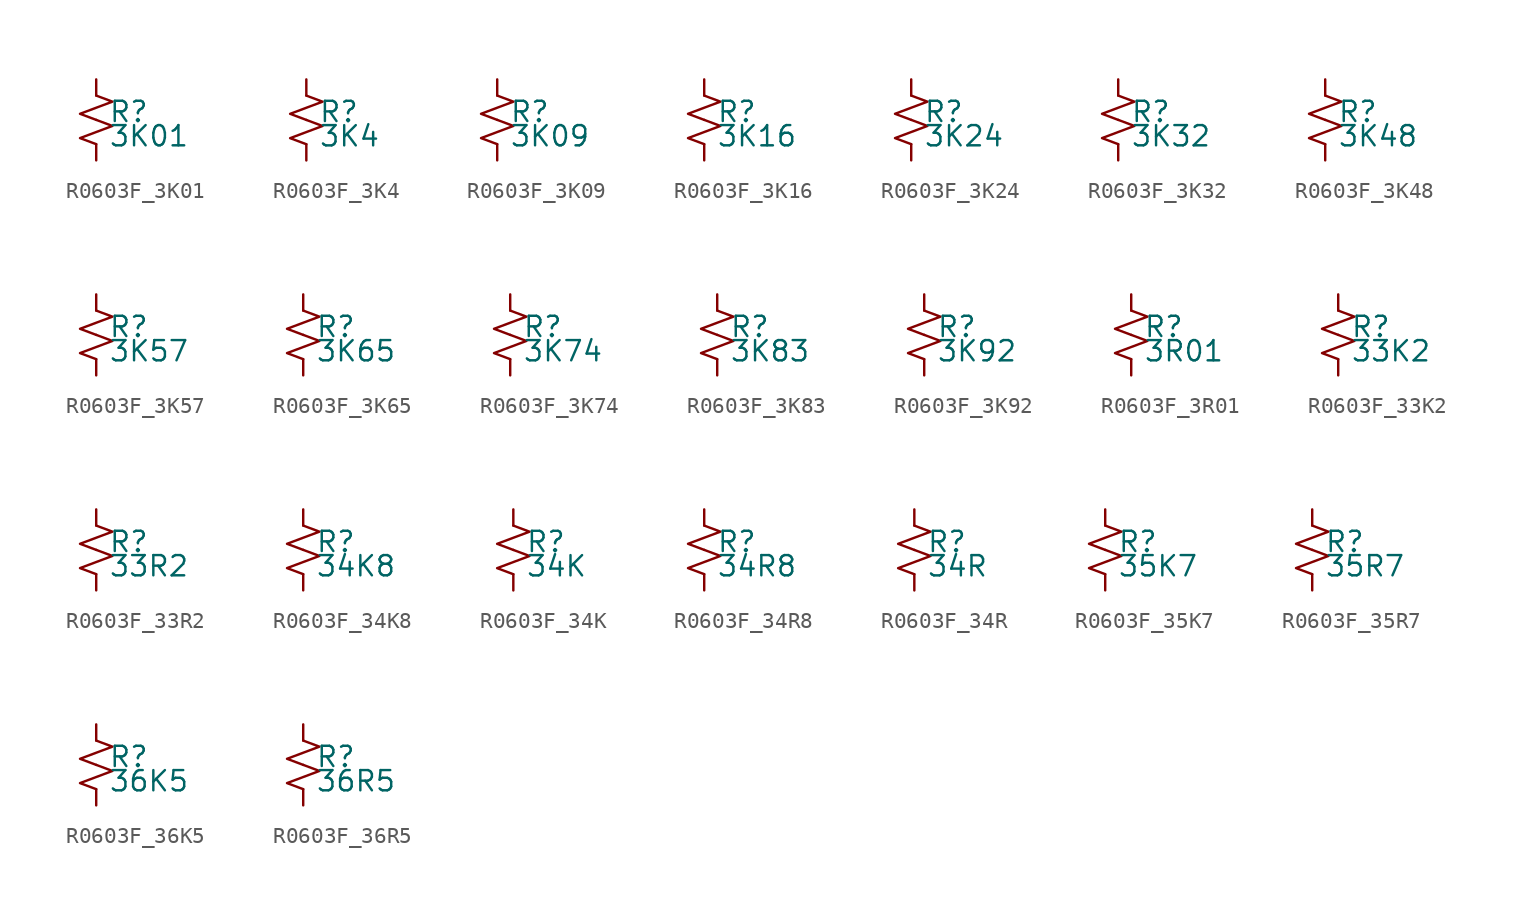
<source format=kicad_sym>
(kicad_symbol_lib
  (version 20220914)
  (generator kicad_symbol_editor)
  (symbol "R0603F_3K01"
    (pin_numbers hide)
    (pin_names
      (offset 0.254) hide)
    (property "Reference" "R"
      (at 0.762 0.508 0)
      (effects (font (size 1.27 1.27)) (justify left)))
    (property "Value" "3K01"
      (at 0.762 -1.016 0)
      (effects (font (size 1.27 1.27)) (justify left)))
    (symbol "R0603F_3K01_1_1"
      (polyline (pts (xy 0 0) (xy 1.016 -0.381) (xy 0 -0.762) (xy -1.016 -1.143) (xy 0 -1.524)) (stroke (width 0) (type default)) (fill (type none)))
      (polyline (pts (xy 0 1.524) (xy 1.016 1.143) (xy 0 0.762) (xy -1.016 0.381) (xy 0 0)) (stroke (width 0) (type default)) (fill (type none)))
      (pin passive line (at 0 2.54 270) (length 1.016) (name "~" (effects (font (size 1.27 1.27)))) (number "1" (effects (font (size 1.27 1.27)))))
      (pin passive line (at 0 -2.54 90) (length 1.016) (name "~" (effects (font (size 1.27 1.27)))) (number "2" (effects (font (size 1.27 1.27)))))))
  (symbol "R0603F_3K4"
    (pin_numbers hide)
    (pin_names
      (offset 0.254) hide)
    (property "Reference" "R"
      (at 0.762 0.508 0)
      (effects (font (size 1.27 1.27)) (justify left)))
    (property "Value" "3K4"
      (at 0.762 -1.016 0)
      (effects (font (size 1.27 1.27)) (justify left)))
    (symbol "R0603F_3K4_1_1"
      (polyline (pts (xy 0 0) (xy 1.016 -0.381) (xy 0 -0.762) (xy -1.016 -1.143) (xy 0 -1.524)) (stroke (width 0) (type default)) (fill (type none)))
      (polyline (pts (xy 0 1.524) (xy 1.016 1.143) (xy 0 0.762) (xy -1.016 0.381) (xy 0 0)) (stroke (width 0) (type default)) (fill (type none)))
      (pin passive line (at 0 2.54 270) (length 1.016) (name "~" (effects (font (size 1.27 1.27)))) (number "1" (effects (font (size 1.27 1.27)))))
      (pin passive line (at 0 -2.54 90) (length 1.016) (name "~" (effects (font (size 1.27 1.27)))) (number "2" (effects (font (size 1.27 1.27)))))))
  (symbol "R0603F_3K09"
    (pin_numbers hide)
    (pin_names
      (offset 0.254) hide)
    (property "Reference" "R"
      (at 0.762 0.508 0)
      (effects (font (size 1.27 1.27)) (justify left)))
    (property "Value" "3K09"
      (at 0.762 -1.016 0)
      (effects (font (size 1.27 1.27)) (justify left)))
    (symbol "R0603F_3K09_1_1"
      (polyline (pts (xy 0 0) (xy 1.016 -0.381) (xy 0 -0.762) (xy -1.016 -1.143) (xy 0 -1.524)) (stroke (width 0) (type default)) (fill (type none)))
      (polyline (pts (xy 0 1.524) (xy 1.016 1.143) (xy 0 0.762) (xy -1.016 0.381) (xy 0 0)) (stroke (width 0) (type default)) (fill (type none)))
      (pin passive line (at 0 2.54 270) (length 1.016) (name "~" (effects (font (size 1.27 1.27)))) (number "1" (effects (font (size 1.27 1.27)))))
      (pin passive line (at 0 -2.54 90) (length 1.016) (name "~" (effects (font (size 1.27 1.27)))) (number "2" (effects (font (size 1.27 1.27)))))))
  (symbol "R0603F_3K16"
    (pin_numbers hide)
    (pin_names
      (offset 0.254) hide)
    (property "Reference" "R"
      (at 0.762 0.508 0)
      (effects (font (size 1.27 1.27)) (justify left)))
    (property "Value" "3K16"
      (at 0.762 -1.016 0)
      (effects (font (size 1.27 1.27)) (justify left)))
    (symbol "R0603F_3K16_1_1"
      (polyline (pts (xy 0 0) (xy 1.016 -0.381) (xy 0 -0.762) (xy -1.016 -1.143) (xy 0 -1.524)) (stroke (width 0) (type default)) (fill (type none)))
      (polyline (pts (xy 0 1.524) (xy 1.016 1.143) (xy 0 0.762) (xy -1.016 0.381) (xy 0 0)) (stroke (width 0) (type default)) (fill (type none)))
      (pin passive line (at 0 2.54 270) (length 1.016) (name "~" (effects (font (size 1.27 1.27)))) (number "1" (effects (font (size 1.27 1.27)))))
      (pin passive line (at 0 -2.54 90) (length 1.016) (name "~" (effects (font (size 1.27 1.27)))) (number "2" (effects (font (size 1.27 1.27)))))))
  (symbol "R0603F_3K24"
    (pin_numbers hide)
    (pin_names
      (offset 0.254) hide)
    (property "Reference" "R"
      (at 0.762 0.508 0)
      (effects (font (size 1.27 1.27)) (justify left)))
    (property "Value" "3K24"
      (at 0.762 -1.016 0)
      (effects (font (size 1.27 1.27)) (justify left)))
    (symbol "R0603F_3K24_1_1"
      (polyline (pts (xy 0 0) (xy 1.016 -0.381) (xy 0 -0.762) (xy -1.016 -1.143) (xy 0 -1.524)) (stroke (width 0) (type default)) (fill (type none)))
      (polyline (pts (xy 0 1.524) (xy 1.016 1.143) (xy 0 0.762) (xy -1.016 0.381) (xy 0 0)) (stroke (width 0) (type default)) (fill (type none)))
      (pin passive line (at 0 2.54 270) (length 1.016) (name "~" (effects (font (size 1.27 1.27)))) (number "1" (effects (font (size 1.27 1.27)))))
      (pin passive line (at 0 -2.54 90) (length 1.016) (name "~" (effects (font (size 1.27 1.27)))) (number "2" (effects (font (size 1.27 1.27)))))))
  (symbol "R0603F_3K32"
    (pin_numbers hide)
    (pin_names
      (offset 0.254) hide)
    (property "Reference" "R"
      (at 0.762 0.508 0)
      (effects (font (size 1.27 1.27)) (justify left)))
    (property "Value" "3K32"
      (at 0.762 -1.016 0)
      (effects (font (size 1.27 1.27)) (justify left)))
    (symbol "R0603F_3K32_1_1"
      (polyline (pts (xy 0 0) (xy 1.016 -0.381) (xy 0 -0.762) (xy -1.016 -1.143) (xy 0 -1.524)) (stroke (width 0) (type default)) (fill (type none)))
      (polyline (pts (xy 0 1.524) (xy 1.016 1.143) (xy 0 0.762) (xy -1.016 0.381) (xy 0 0)) (stroke (width 0) (type default)) (fill (type none)))
      (pin passive line (at 0 2.54 270) (length 1.016) (name "~" (effects (font (size 1.27 1.27)))) (number "1" (effects (font (size 1.27 1.27)))))
      (pin passive line (at 0 -2.54 90) (length 1.016) (name "~" (effects (font (size 1.27 1.27)))) (number "2" (effects (font (size 1.27 1.27)))))))
  (symbol "R0603F_3K48"
    (pin_numbers hide)
    (pin_names
      (offset 0.254) hide)
    (property "Reference" "R"
      (at 0.762 0.508 0)
      (effects (font (size 1.27 1.27)) (justify left)))
    (property "Value" "3K48"
      (at 0.762 -1.016 0)
      (effects (font (size 1.27 1.27)) (justify left)))
    (symbol "R0603F_3K48_1_1"
      (polyline (pts (xy 0 0) (xy 1.016 -0.381) (xy 0 -0.762) (xy -1.016 -1.143) (xy 0 -1.524)) (stroke (width 0) (type default)) (fill (type none)))
      (polyline (pts (xy 0 1.524) (xy 1.016 1.143) (xy 0 0.762) (xy -1.016 0.381) (xy 0 0)) (stroke (width 0) (type default)) (fill (type none)))
      (pin passive line (at 0 2.54 270) (length 1.016) (name "~" (effects (font (size 1.27 1.27)))) (number "1" (effects (font (size 1.27 1.27)))))
      (pin passive line (at 0 -2.54 90) (length 1.016) (name "~" (effects (font (size 1.27 1.27)))) (number "2" (effects (font (size 1.27 1.27)))))))
  (symbol "R0603F_3K57"
    (pin_numbers hide)
    (pin_names
      (offset 0.254) hide)
    (property "Reference" "R"
      (at 0.762 0.508 0)
      (effects (font (size 1.27 1.27)) (justify left)))
    (property "Value" "3K57"
      (at 0.762 -1.016 0)
      (effects (font (size 1.27 1.27)) (justify left)))
    (symbol "R0603F_3K57_1_1"
      (polyline (pts (xy 0 0) (xy 1.016 -0.381) (xy 0 -0.762) (xy -1.016 -1.143) (xy 0 -1.524)) (stroke (width 0) (type default)) (fill (type none)))
      (polyline (pts (xy 0 1.524) (xy 1.016 1.143) (xy 0 0.762) (xy -1.016 0.381) (xy 0 0)) (stroke (width 0) (type default)) (fill (type none)))
      (pin passive line (at 0 2.54 270) (length 1.016) (name "~" (effects (font (size 1.27 1.27)))) (number "1" (effects (font (size 1.27 1.27)))))
      (pin passive line (at 0 -2.54 90) (length 1.016) (name "~" (effects (font (size 1.27 1.27)))) (number "2" (effects (font (size 1.27 1.27)))))))
  (symbol "R0603F_3K65"
    (pin_numbers hide)
    (pin_names
      (offset 0.254) hide)
    (property "Reference" "R"
      (at 0.762 0.508 0)
      (effects (font (size 1.27 1.27)) (justify left)))
    (property "Value" "3K65"
      (at 0.762 -1.016 0)
      (effects (font (size 1.27 1.27)) (justify left)))
    (symbol "R0603F_3K65_1_1"
      (polyline (pts (xy 0 0) (xy 1.016 -0.381) (xy 0 -0.762) (xy -1.016 -1.143) (xy 0 -1.524)) (stroke (width 0) (type default)) (fill (type none)))
      (polyline (pts (xy 0 1.524) (xy 1.016 1.143) (xy 0 0.762) (xy -1.016 0.381) (xy 0 0)) (stroke (width 0) (type default)) (fill (type none)))
      (pin passive line (at 0 2.54 270) (length 1.016) (name "~" (effects (font (size 1.27 1.27)))) (number "1" (effects (font (size 1.27 1.27)))))
      (pin passive line (at 0 -2.54 90) (length 1.016) (name "~" (effects (font (size 1.27 1.27)))) (number "2" (effects (font (size 1.27 1.27)))))))
  (symbol "R0603F_3K74"
    (pin_numbers hide)
    (pin_names
      (offset 0.254) hide)
    (property "Reference" "R"
      (at 0.762 0.508 0)
      (effects (font (size 1.27 1.27)) (justify left)))
    (property "Value" "3K74"
      (at 0.762 -1.016 0)
      (effects (font (size 1.27 1.27)) (justify left)))
    (symbol "R0603F_3K74_1_1"
      (polyline (pts (xy 0 0) (xy 1.016 -0.381) (xy 0 -0.762) (xy -1.016 -1.143) (xy 0 -1.524)) (stroke (width 0) (type default)) (fill (type none)))
      (polyline (pts (xy 0 1.524) (xy 1.016 1.143) (xy 0 0.762) (xy -1.016 0.381) (xy 0 0)) (stroke (width 0) (type default)) (fill (type none)))
      (pin passive line (at 0 2.54 270) (length 1.016) (name "~" (effects (font (size 1.27 1.27)))) (number "1" (effects (font (size 1.27 1.27)))))
      (pin passive line (at 0 -2.54 90) (length 1.016) (name "~" (effects (font (size 1.27 1.27)))) (number "2" (effects (font (size 1.27 1.27)))))))
  (symbol "R0603F_3K83"
    (pin_numbers hide)
    (pin_names
      (offset 0.254) hide)
    (property "Reference" "R"
      (at 0.762 0.508 0)
      (effects (font (size 1.27 1.27)) (justify left)))
    (property "Value" "3K83"
      (at 0.762 -1.016 0)
      (effects (font (size 1.27 1.27)) (justify left)))
    (symbol "R0603F_3K83_1_1"
      (polyline (pts (xy 0 0) (xy 1.016 -0.381) (xy 0 -0.762) (xy -1.016 -1.143) (xy 0 -1.524)) (stroke (width 0) (type default)) (fill (type none)))
      (polyline (pts (xy 0 1.524) (xy 1.016 1.143) (xy 0 0.762) (xy -1.016 0.381) (xy 0 0)) (stroke (width 0) (type default)) (fill (type none)))
      (pin passive line (at 0 2.54 270) (length 1.016) (name "~" (effects (font (size 1.27 1.27)))) (number "1" (effects (font (size 1.27 1.27)))))
      (pin passive line (at 0 -2.54 90) (length 1.016) (name "~" (effects (font (size 1.27 1.27)))) (number "2" (effects (font (size 1.27 1.27)))))))
  (symbol "R0603F_3K92"
    (pin_numbers hide)
    (pin_names
      (offset 0.254) hide)
    (property "Reference" "R"
      (at 0.762 0.508 0)
      (effects (font (size 1.27 1.27)) (justify left)))
    (property "Value" "3K92"
      (at 0.762 -1.016 0)
      (effects (font (size 1.27 1.27)) (justify left)))
    (symbol "R0603F_3K92_1_1"
      (polyline (pts (xy 0 0) (xy 1.016 -0.381) (xy 0 -0.762) (xy -1.016 -1.143) (xy 0 -1.524)) (stroke (width 0) (type default)) (fill (type none)))
      (polyline (pts (xy 0 1.524) (xy 1.016 1.143) (xy 0 0.762) (xy -1.016 0.381) (xy 0 0)) (stroke (width 0) (type default)) (fill (type none)))
      (pin passive line (at 0 2.54 270) (length 1.016) (name "~" (effects (font (size 1.27 1.27)))) (number "1" (effects (font (size 1.27 1.27)))))
      (pin passive line (at 0 -2.54 90) (length 1.016) (name "~" (effects (font (size 1.27 1.27)))) (number "2" (effects (font (size 1.27 1.27)))))))
  (symbol "R0603F_3R01"
    (pin_numbers hide)
    (pin_names
      (offset 0.254) hide)
    (property "Reference" "R"
      (at 0.762 0.508 0)
      (effects (font (size 1.27 1.27)) (justify left)))
    (property "Value" "3R01"
      (at 0.762 -1.016 0)
      (effects (font (size 1.27 1.27)) (justify left)))
    (symbol "R0603F_3R01_1_1"
      (polyline (pts (xy 0 0) (xy 1.016 -0.381) (xy 0 -0.762) (xy -1.016 -1.143) (xy 0 -1.524)) (stroke (width 0) (type default)) (fill (type none)))
      (polyline (pts (xy 0 1.524) (xy 1.016 1.143) (xy 0 0.762) (xy -1.016 0.381) (xy 0 0)) (stroke (width 0) (type default)) (fill (type none)))
      (pin passive line (at 0 2.54 270) (length 1.016) (name "~" (effects (font (size 1.27 1.27)))) (number "1" (effects (font (size 1.27 1.27)))))
      (pin passive line (at 0 -2.54 90) (length 1.016) (name "~" (effects (font (size 1.27 1.27)))) (number "2" (effects (font (size 1.27 1.27)))))))
  (symbol "R0603F_33K2"
    (pin_numbers hide)
    (pin_names
      (offset 0.254) hide)
    (property "Reference" "R"
      (at 0.762 0.508 0)
      (effects (font (size 1.27 1.27)) (justify left)))
    (property "Value" "33K2"
      (at 0.762 -1.016 0)
      (effects (font (size 1.27 1.27)) (justify left)))
    (symbol "R0603F_33K2_1_1"
      (polyline (pts (xy 0 0) (xy 1.016 -0.381) (xy 0 -0.762) (xy -1.016 -1.143) (xy 0 -1.524)) (stroke (width 0) (type default)) (fill (type none)))
      (polyline (pts (xy 0 1.524) (xy 1.016 1.143) (xy 0 0.762) (xy -1.016 0.381) (xy 0 0)) (stroke (width 0) (type default)) (fill (type none)))
      (pin passive line (at 0 2.54 270) (length 1.016) (name "~" (effects (font (size 1.27 1.27)))) (number "1" (effects (font (size 1.27 1.27)))))
      (pin passive line (at 0 -2.54 90) (length 1.016) (name "~" (effects (font (size 1.27 1.27)))) (number "2" (effects (font (size 1.27 1.27)))))))
  (symbol "R0603F_33R2"
    (pin_numbers hide)
    (pin_names
      (offset 0.254) hide)
    (property "Reference" "R"
      (at 0.762 0.508 0)
      (effects (font (size 1.27 1.27)) (justify left)))
    (property "Value" "33R2"
      (at 0.762 -1.016 0)
      (effects (font (size 1.27 1.27)) (justify left)))
    (symbol "R0603F_33R2_1_1"
      (polyline (pts (xy 0 0) (xy 1.016 -0.381) (xy 0 -0.762) (xy -1.016 -1.143) (xy 0 -1.524)) (stroke (width 0) (type default)) (fill (type none)))
      (polyline (pts (xy 0 1.524) (xy 1.016 1.143) (xy 0 0.762) (xy -1.016 0.381) (xy 0 0)) (stroke (width 0) (type default)) (fill (type none)))
      (pin passive line (at 0 2.54 270) (length 1.016) (name "~" (effects (font (size 1.27 1.27)))) (number "1" (effects (font (size 1.27 1.27)))))
      (pin passive line (at 0 -2.54 90) (length 1.016) (name "~" (effects (font (size 1.27 1.27)))) (number "2" (effects (font (size 1.27 1.27)))))))
  (symbol "R0603F_34K8"
    (pin_numbers hide)
    (pin_names
      (offset 0.254) hide)
    (property "Reference" "R"
      (at 0.762 0.508 0)
      (effects (font (size 1.27 1.27)) (justify left)))
    (property "Value" "34K8"
      (at 0.762 -1.016 0)
      (effects (font (size 1.27 1.27)) (justify left)))
    (symbol "R0603F_34K8_1_1"
      (polyline (pts (xy 0 0) (xy 1.016 -0.381) (xy 0 -0.762) (xy -1.016 -1.143) (xy 0 -1.524)) (stroke (width 0) (type default)) (fill (type none)))
      (polyline (pts (xy 0 1.524) (xy 1.016 1.143) (xy 0 0.762) (xy -1.016 0.381) (xy 0 0)) (stroke (width 0) (type default)) (fill (type none)))
      (pin passive line (at 0 2.54 270) (length 1.016) (name "~" (effects (font (size 1.27 1.27)))) (number "1" (effects (font (size 1.27 1.27)))))
      (pin passive line (at 0 -2.54 90) (length 1.016) (name "~" (effects (font (size 1.27 1.27)))) (number "2" (effects (font (size 1.27 1.27)))))))
  (symbol "R0603F_34K"
    (pin_numbers hide)
    (pin_names
      (offset 0.254) hide)
    (property "Reference" "R"
      (at 0.762 0.508 0)
      (effects (font (size 1.27 1.27)) (justify left)))
    (property "Value" "34K"
      (at 0.762 -1.016 0)
      (effects (font (size 1.27 1.27)) (justify left)))
    (symbol "R0603F_34K_1_1"
      (polyline (pts (xy 0 0) (xy 1.016 -0.381) (xy 0 -0.762) (xy -1.016 -1.143) (xy 0 -1.524)) (stroke (width 0) (type default)) (fill (type none)))
      (polyline (pts (xy 0 1.524) (xy 1.016 1.143) (xy 0 0.762) (xy -1.016 0.381) (xy 0 0)) (stroke (width 0) (type default)) (fill (type none)))
      (pin passive line (at 0 2.54 270) (length 1.016) (name "~" (effects (font (size 1.27 1.27)))) (number "1" (effects (font (size 1.27 1.27)))))
      (pin passive line (at 0 -2.54 90) (length 1.016) (name "~" (effects (font (size 1.27 1.27)))) (number "2" (effects (font (size 1.27 1.27)))))))
  (symbol "R0603F_34R8"
    (pin_numbers hide)
    (pin_names
      (offset 0.254) hide)
    (property "Reference" "R"
      (at 0.762 0.508 0)
      (effects (font (size 1.27 1.27)) (justify left)))
    (property "Value" "34R8"
      (at 0.762 -1.016 0)
      (effects (font (size 1.27 1.27)) (justify left)))
    (symbol "R0603F_34R8_1_1"
      (polyline (pts (xy 0 0) (xy 1.016 -0.381) (xy 0 -0.762) (xy -1.016 -1.143) (xy 0 -1.524)) (stroke (width 0) (type default)) (fill (type none)))
      (polyline (pts (xy 0 1.524) (xy 1.016 1.143) (xy 0 0.762) (xy -1.016 0.381) (xy 0 0)) (stroke (width 0) (type default)) (fill (type none)))
      (pin passive line (at 0 2.54 270) (length 1.016) (name "~" (effects (font (size 1.27 1.27)))) (number "1" (effects (font (size 1.27 1.27)))))
      (pin passive line (at 0 -2.54 90) (length 1.016) (name "~" (effects (font (size 1.27 1.27)))) (number "2" (effects (font (size 1.27 1.27)))))))
  (symbol "R0603F_34R"
    (pin_numbers hide)
    (pin_names
      (offset 0.254) hide)
    (property "Reference" "R"
      (at 0.762 0.508 0)
      (effects (font (size 1.27 1.27)) (justify left)))
    (property "Value" "34R"
      (at 0.762 -1.016 0)
      (effects (font (size 1.27 1.27)) (justify left)))
    (symbol "R0603F_34R_1_1"
      (polyline (pts (xy 0 0) (xy 1.016 -0.381) (xy 0 -0.762) (xy -1.016 -1.143) (xy 0 -1.524)) (stroke (width 0) (type default)) (fill (type none)))
      (polyline (pts (xy 0 1.524) (xy 1.016 1.143) (xy 0 0.762) (xy -1.016 0.381) (xy 0 0)) (stroke (width 0) (type default)) (fill (type none)))
      (pin passive line (at 0 2.54 270) (length 1.016) (name "~" (effects (font (size 1.27 1.27)))) (number "1" (effects (font (size 1.27 1.27)))))
      (pin passive line (at 0 -2.54 90) (length 1.016) (name "~" (effects (font (size 1.27 1.27)))) (number "2" (effects (font (size 1.27 1.27)))))))
  (symbol "R0603F_35K7"
    (pin_numbers hide)
    (pin_names
      (offset 0.254) hide)
    (property "Reference" "R"
      (at 0.762 0.508 0)
      (effects (font (size 1.27 1.27)) (justify left)))
    (property "Value" "35K7"
      (at 0.762 -1.016 0)
      (effects (font (size 1.27 1.27)) (justify left)))
    (symbol "R0603F_35K7_1_1"
      (polyline (pts (xy 0 0) (xy 1.016 -0.381) (xy 0 -0.762) (xy -1.016 -1.143) (xy 0 -1.524)) (stroke (width 0) (type default)) (fill (type none)))
      (polyline (pts (xy 0 1.524) (xy 1.016 1.143) (xy 0 0.762) (xy -1.016 0.381) (xy 0 0)) (stroke (width 0) (type default)) (fill (type none)))
      (pin passive line (at 0 2.54 270) (length 1.016) (name "~" (effects (font (size 1.27 1.27)))) (number "1" (effects (font (size 1.27 1.27)))))
      (pin passive line (at 0 -2.54 90) (length 1.016) (name "~" (effects (font (size 1.27 1.27)))) (number "2" (effects (font (size 1.27 1.27)))))))
  (symbol "R0603F_35R7"
    (pin_numbers hide)
    (pin_names
      (offset 0.254) hide)
    (property "Reference" "R"
      (at 0.762 0.508 0)
      (effects (font (size 1.27 1.27)) (justify left)))
    (property "Value" "35R7"
      (at 0.762 -1.016 0)
      (effects (font (size 1.27 1.27)) (justify left)))
    (symbol "R0603F_35R7_1_1"
      (polyline (pts (xy 0 0) (xy 1.016 -0.381) (xy 0 -0.762) (xy -1.016 -1.143) (xy 0 -1.524)) (stroke (width 0) (type default)) (fill (type none)))
      (polyline (pts (xy 0 1.524) (xy 1.016 1.143) (xy 0 0.762) (xy -1.016 0.381) (xy 0 0)) (stroke (width 0) (type default)) (fill (type none)))
      (pin passive line (at 0 2.54 270) (length 1.016) (name "~" (effects (font (size 1.27 1.27)))) (number "1" (effects (font (size 1.27 1.27)))))
      (pin passive line (at 0 -2.54 90) (length 1.016) (name "~" (effects (font (size 1.27 1.27)))) (number "2" (effects (font (size 1.27 1.27)))))))
  (symbol "R0603F_36K5"
    (pin_numbers hide)
    (pin_names
      (offset 0.254) hide)
    (property "Reference" "R"
      (at 0.762 0.508 0)
      (effects (font (size 1.27 1.27)) (justify left)))
    (property "Value" "36K5"
      (at 0.762 -1.016 0)
      (effects (font (size 1.27 1.27)) (justify left)))
    (symbol "R0603F_36K5_1_1"
      (polyline (pts (xy 0 0) (xy 1.016 -0.381) (xy 0 -0.762) (xy -1.016 -1.143) (xy 0 -1.524)) (stroke (width 0) (type default)) (fill (type none)))
      (polyline (pts (xy 0 1.524) (xy 1.016 1.143) (xy 0 0.762) (xy -1.016 0.381) (xy 0 0)) (stroke (width 0) (type default)) (fill (type none)))
      (pin passive line (at 0 2.54 270) (length 1.016) (name "~" (effects (font (size 1.27 1.27)))) (number "1" (effects (font (size 1.27 1.27)))))
      (pin passive line (at 0 -2.54 90) (length 1.016) (name "~" (effects (font (size 1.27 1.27)))) (number "2" (effects (font (size 1.27 1.27)))))))
  (symbol "R0603F_36R5"
    (pin_numbers hide)
    (pin_names
      (offset 0.254) hide)
    (property "Reference" "R"
      (at 0.762 0.508 0)
      (effects (font (size 1.27 1.27)) (justify left)))
    (property "Value" "36R5"
      (at 0.762 -1.016 0)
      (effects (font (size 1.27 1.27)) (justify left)))
    (symbol "R0603F_36R5_1_1"
      (polyline (pts (xy 0 0) (xy 1.016 -0.381) (xy 0 -0.762) (xy -1.016 -1.143) (xy 0 -1.524)) (stroke (width 0) (type default)) (fill (type none)))
      (polyline (pts (xy 0 1.524) (xy 1.016 1.143) (xy 0 0.762) (xy -1.016 0.381) (xy 0 0)) (stroke (width 0) (type default)) (fill (type none)))
      (pin passive line (at 0 2.54 270) (length 1.016) (name "~" (effects (font (size 1.27 1.27)))) (number "1" (effects (font (size 1.27 1.27)))))
      (pin passive line (at 0 -2.54 90) (length 1.016) (name "~" (effects (font (size 1.27 1.27)))) (number "2" (effects (font (size 1.27 1.27))))))))
</source>
